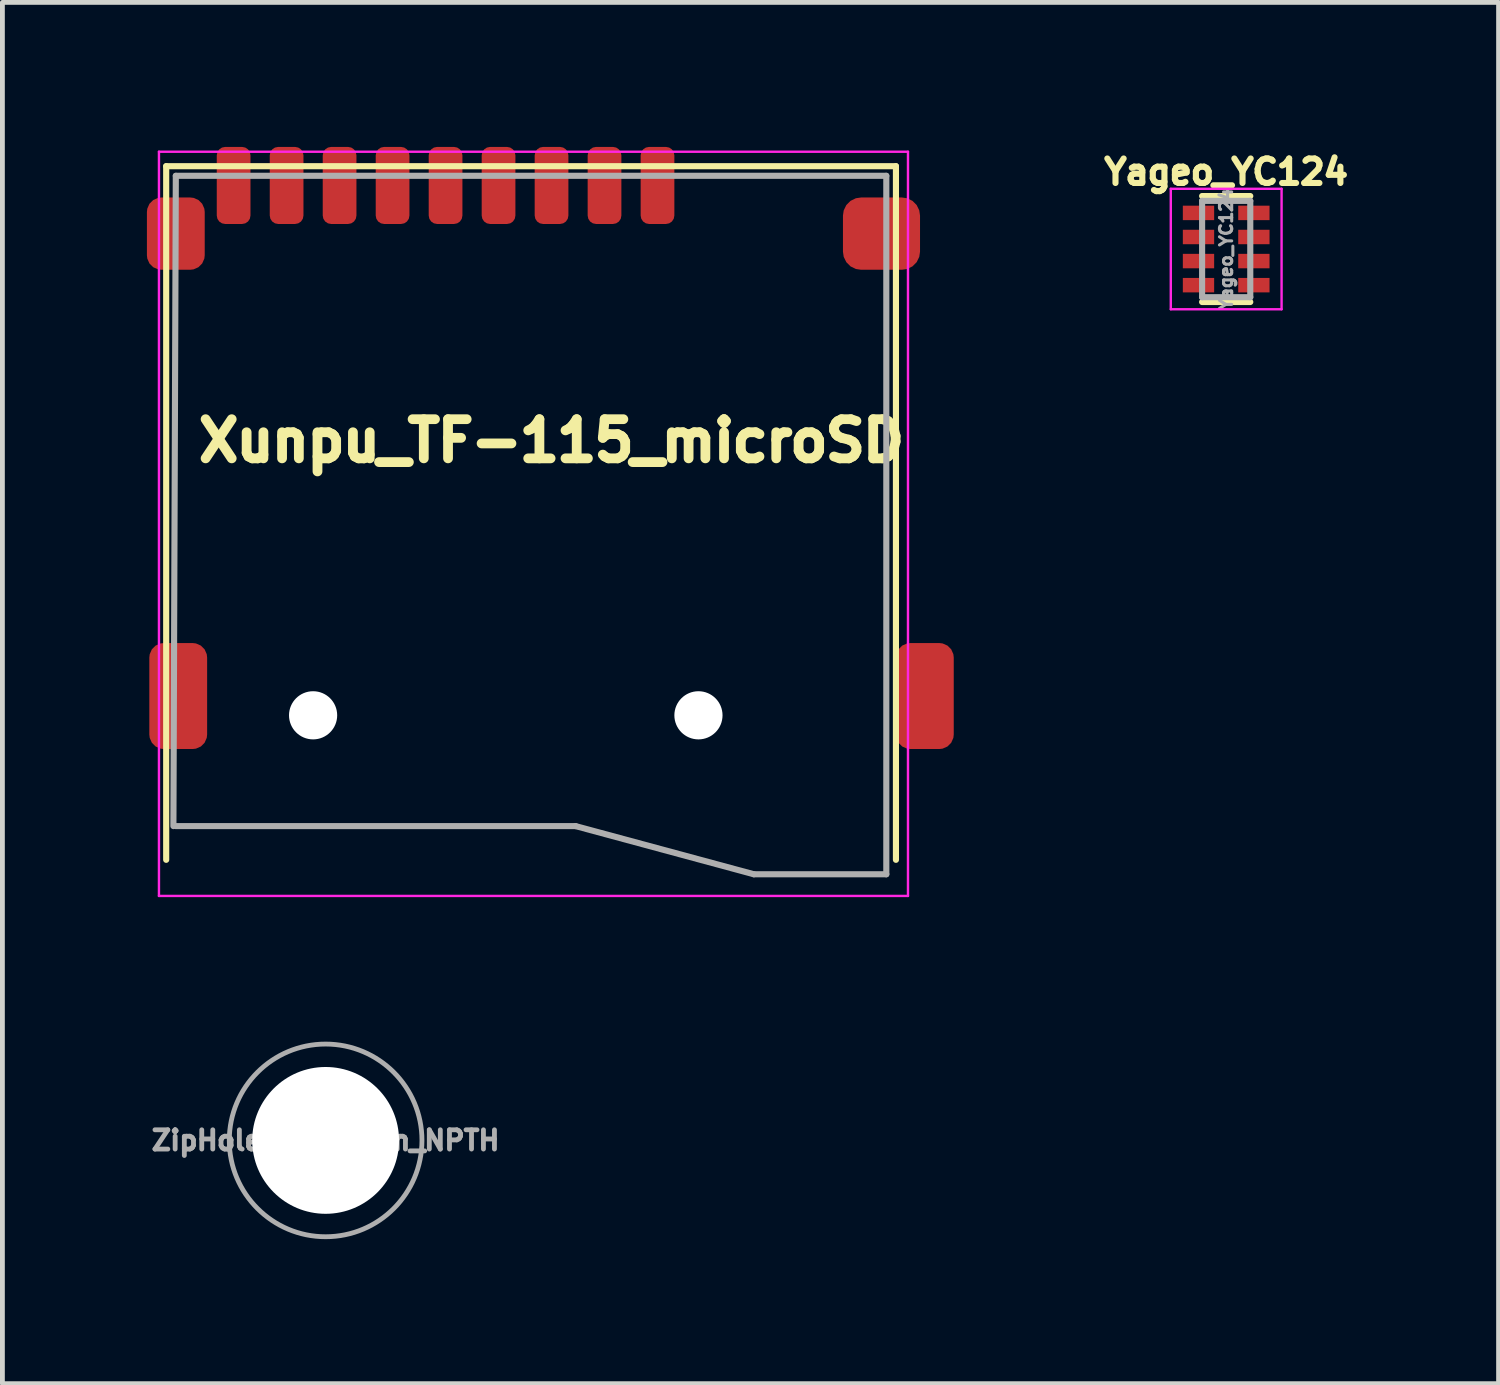
<source format=kicad_pcb>
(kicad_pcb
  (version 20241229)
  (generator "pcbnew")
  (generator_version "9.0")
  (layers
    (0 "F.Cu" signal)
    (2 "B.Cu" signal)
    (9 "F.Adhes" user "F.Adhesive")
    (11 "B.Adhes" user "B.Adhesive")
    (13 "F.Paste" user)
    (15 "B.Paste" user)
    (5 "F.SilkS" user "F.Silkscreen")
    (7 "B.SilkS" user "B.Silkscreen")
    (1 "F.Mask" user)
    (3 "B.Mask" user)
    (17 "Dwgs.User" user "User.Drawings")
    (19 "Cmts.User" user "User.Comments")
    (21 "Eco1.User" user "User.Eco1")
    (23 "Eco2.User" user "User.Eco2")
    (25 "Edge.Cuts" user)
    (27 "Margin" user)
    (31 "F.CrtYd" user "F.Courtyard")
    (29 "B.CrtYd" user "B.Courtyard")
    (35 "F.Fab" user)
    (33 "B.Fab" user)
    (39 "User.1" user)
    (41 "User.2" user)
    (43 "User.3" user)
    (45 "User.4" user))
  (footprint "Yageo_YC124"
    (layer "F.Cu")
    (at 22.406 2.12)
    (property "Reference" "Yageo_YC124" (at 0 -1.6 0) (layer "F.SilkS") (effects (font (size 0.508 0.508) (thickness 0.127))))
    (attr through_hole)
    (fp_line (start -0.5 -1.1) (end 0.5 -1.1) (stroke (width 0.127) (type solid)) (layer "F.SilkS"))
    (fp_line (start -0.5 1.1) (end 0.5 1.1) (stroke (width 0.127) (type solid)) (layer "F.SilkS"))
    (fp_line (start -1.15 -1.25) (end -1.15 1.25) (stroke (width 0.05) (type solid)) (layer "F.CrtYd"))
    (fp_line (start -1.15 -1.25) (end 1.15 -1.25) (stroke (width 0.05) (type solid)) (layer "F.CrtYd"))
    (fp_line (start -1.15 1.25) (end 1.15 1.25) (stroke (width 0.05) (type solid)) (layer "F.CrtYd"))
    (fp_line (start 1.15 -1.25) (end 1.15 1.25) (stroke (width 0.05) (type solid)) (layer "F.CrtYd"))
    (fp_line (start -0.5 -1) (end 0.5 -1) (stroke (width 0.127) (type solid)) (layer "F.Fab"))
    (fp_line (start -0.5 1) (end -0.5 -1) (stroke (width 0.127) (type solid)) (layer "F.Fab"))
    (fp_line (start 0.5 -1) (end 0.5 1) (stroke (width 0.127) (type solid)) (layer "F.Fab"))
    (fp_line (start 0.5 1) (end -0.5 1) (stroke (width 0.127) (type solid)) (layer "F.Fab"))
    (fp_text user "${REFERENCE}" (at 0 0 90) (layer "F.Fab") (effects (font (size 0.254 0.254) (thickness 0.064))))
    (pad "1" smd rect (at -0.575 -0.75) (size 0.65 0.3) (layers "F.Cu" "F.Mask" "F.Paste"))
    (pad "2" smd rect (at -0.575 -0.25) (size 0.65 0.3) (layers "F.Cu" "F.Mask" "F.Paste"))
    (pad "3" smd rect (at -0.575 0.25) (size 0.65 0.3) (layers "F.Cu" "F.Mask" "F.Paste"))
    (pad "4" smd rect (at -0.575 0.75) (size 0.65 0.3) (layers "F.Cu" "F.Mask" "F.Paste"))
    (pad "5" smd rect (at 0.575 0.75) (size 0.65 0.3) (layers "F.Cu" "F.Mask" "F.Paste"))
    (pad "6" smd rect (at 0.575 0.25) (size 0.65 0.3) (layers "F.Cu" "F.Mask" "F.Paste"))
    (pad "7" smd rect (at 0.575 -0.25) (size 0.65 0.3) (layers "F.Cu" "F.Mask" "F.Paste"))
    (pad "8" smd rect (at 0.575 -0.75) (size 0.65 0.3) (layers "F.Cu" "F.Mask" "F.Paste")))
  (footprint "Xunpu_TF-115_microSD"
    (layer "F.Cu")
    (at 8.4 6.1)
    (property "Reference" "Xunpu_TF-115_microSD" (at 0 0 0) (layer "F.SilkS") (effects (font (size 0.813 0.813) (thickness 0.203))))
    (attr smd)
    (fp_line (start -8 -5.7) (end -8 8.7) (stroke (width 0.127) (type solid)) (layer "F.SilkS"))
    (fp_line (start -8 -5.7) (end 7.15 -5.7) (stroke (width 0.127) (type solid)) (layer "F.SilkS"))
    (fp_line (start 7.15 -5.7) (end 7.15 8.7) (stroke (width 0.127) (type solid)) (layer "F.SilkS"))
    (fp_line (start -8.15 -6) (end -8.15 9.45) (stroke (width 0.05) (type solid)) (layer "F.CrtYd"))
    (fp_line (start -8.15 9.45) (end 7.4 9.45) (stroke (width 0.05) (type solid)) (layer "F.CrtYd"))
    (fp_line (start 7.4 -6) (end -8.15 -6) (stroke (width 0.05) (type solid)) (layer "F.CrtYd"))
    (fp_line (start 7.4 -6) (end 7.4 9.45) (stroke (width 0.05) (type solid)) (layer "F.CrtYd"))
    (fp_line (start -7.8 -5.5) (end -7.85 8) (stroke (width 0.127) (type solid)) (layer "F.Fab"))
    (fp_line (start -7.8 -5.5) (end 6.95 -5.5) (stroke (width 0.127) (type solid)) (layer "F.Fab"))
    (fp_line (start 0.5 8) (end -7.8 8) (stroke (width 0.127) (type solid)) (layer "F.Fab"))
    (fp_line (start 4.2 9) (end 0.5 8) (stroke (width 0.127) (type solid)) (layer "F.Fab"))
    (fp_line (start 6.95 -5.5) (end 6.95 9) (stroke (width 0.127) (type solid)) (layer "F.Fab"))
    (fp_line (start 6.95 9) (end 4.2 9) (stroke (width 0.127) (type solid)) (layer "F.Fab"))
    (pad "" np_thru_hole circle (at -4.95 5.7) (size 1 1) (drill 1) (layers "*.Cu" "*.Mask"))
    (pad "" np_thru_hole circle (at 3.05 5.7) (size 1 1) (drill 1) (layers "*.Cu" "*.Mask"))
    (pad "1" smd roundrect (at 2.2 -5.3) (size 0.7 1.6) (layers "F.Cu" "F.Mask" "F.Paste") (roundrect_rratio 0.25))
    (pad "2" smd roundrect (at 1.1 -5.3) (size 0.7 1.6) (layers "F.Cu" "F.Mask" "F.Paste") (roundrect_rratio 0.25))
    (pad "3" smd roundrect (at 0 -5.3) (size 0.7 1.6) (layers "F.Cu" "F.Mask" "F.Paste") (roundrect_rratio 0.25))
    (pad "4" smd roundrect (at -1.1 -5.3) (size 0.7 1.6) (layers "F.Cu" "F.Mask" "F.Paste") (roundrect_rratio 0.25))
    (pad "5" smd roundrect (at -2.2 -5.3) (size 0.7 1.6) (layers "F.Cu" "F.Mask" "F.Paste") (roundrect_rratio 0.25))
    (pad "6" smd roundrect (at -3.3 -5.3) (size 0.7 1.6) (layers "F.Cu" "F.Mask" "F.Paste") (roundrect_rratio 0.25))
    (pad "7" smd roundrect (at -4.4 -5.3) (size 0.7 1.6) (layers "F.Cu" "F.Mask" "F.Paste") (roundrect_rratio 0.25))
    (pad "8" smd roundrect (at -5.5 -5.3) (size 0.7 1.6) (layers "F.Cu" "F.Mask" "F.Paste") (roundrect_rratio 0.25))
    (pad "9" smd roundrect (at -6.6 -5.3) (size 0.7 1.6) (layers "F.Cu" "F.Mask" "F.Paste") (roundrect_rratio 0.25))
    (pad "10" smd roundrect (at -7.8 -4.3) (size 1.2 1.5) (layers "F.Cu" "F.Mask" "F.Paste") (roundrect_rratio 0.25))
    (pad "10" smd roundrect (at -7.75 5.3) (size 1.2 2.2) (layers "F.Cu" "F.Mask" "F.Paste") (roundrect_rratio 0.25))
    (pad "10" smd roundrect (at 6.85 -4.3) (size 1.6 1.5) (layers "F.Cu" "F.Mask" "F.Paste") (roundrect_rratio 0.25))
    (pad "10" smd roundrect (at 7.75 5.3) (size 1.2 2.2) (layers "F.Cu" "F.Mask" "F.Paste") (roundrect_rratio 0.25)))
  (footprint "ZipHole_3.048mm_NPTH"
    (layer "F.Cu")
    (at 3.71 20.625)
    (property "Reference" "ZipHole_3.048mm_NPTH" (at 0 0 0) (layer "F.Fab") (effects (font (size 0.4 0.4) (thickness 0.1))))
    (attr exclude_from_pos_files exclude_from_bom)
    (fp_circle (center 0 0) (end 2 0) (stroke (width 0.1) (type solid)) (fill no) (layer "F.Fab"))
    (pad "" np_thru_hole circle (at 0 0) (size 3.048 3.048) (drill 3.048) (layers "*.Cu" "*.Mask")))
  (gr_rect
    (start -3 -3)
    (end 28.061 25.675)
    (stroke (width 0.1) (type default))
    (fill no)
    (layer "Edge.Cuts")))
</source>
